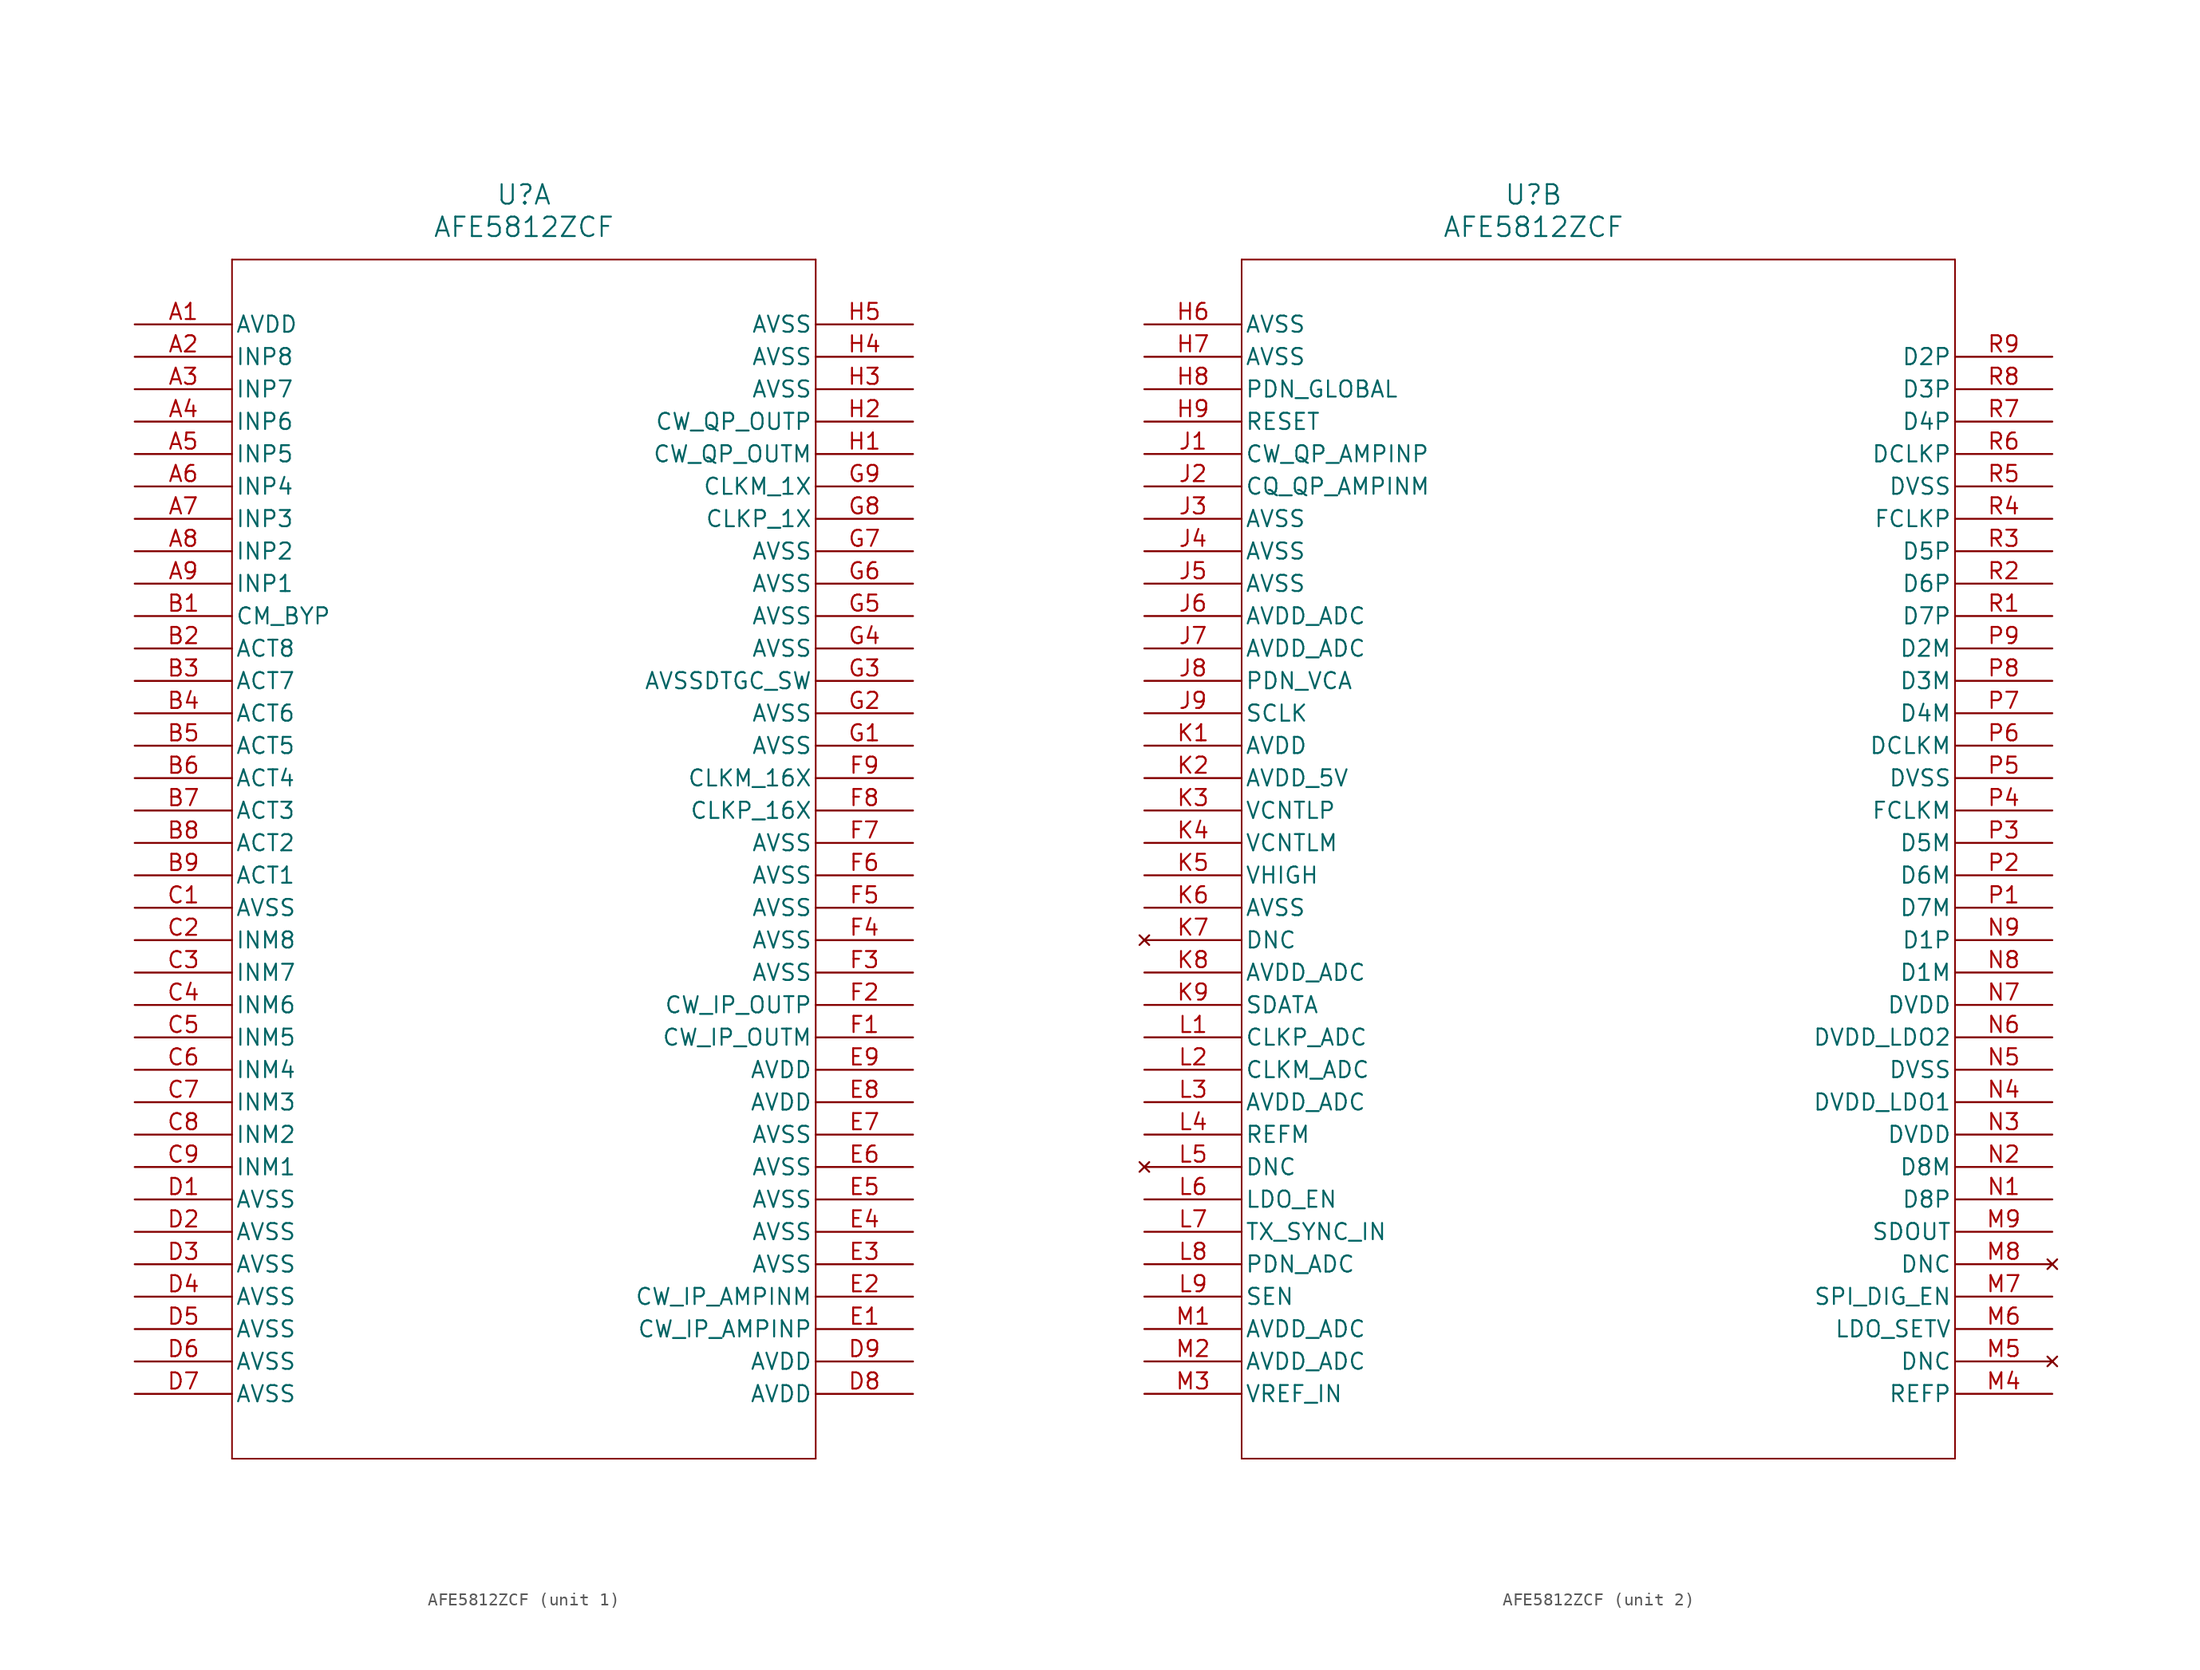
<source format=kicad_sym>
(kicad_symbol_lib
  (version 20211014)
  (generator kicad_symbol_editor)
  (symbol "AFE5812ZCF"
    (pin_names
      (offset 0.254))
    (property "Reference" "U"
      (at 30.48 10.16 0)
      (effects (font (size 1.524 1.524))))
    (property "Value" "AFE5812ZCF"
      (at 30.48 7.62 0)
      (effects (font (size 1.524 1.524))))
    (symbol "AFE5812ZCF_1_1"
      (polyline (pts (xy 7.62 5.08) (xy 7.62 -88.9)) (stroke (width 0.127) (type default) (color 0 0 0 0)) (fill (type none)))
      (polyline (pts (xy 7.62 -88.9) (xy 53.34 -88.9)) (stroke (width 0.127) (type default) (color 0 0 0 0)) (fill (type none)))
      (polyline (pts (xy 53.34 -88.9) (xy 53.34 5.08)) (stroke (width 0.127) (type default) (color 0 0 0 0)) (fill (type none)))
      (polyline (pts (xy 53.34 5.08) (xy 7.62 5.08)) (stroke (width 0.127) (type default) (color 0 0 0 0)) (fill (type none)))
      (pin power_in line (at 0 0 0) (length 7.62) (name "AVDD" (effects (font (size 1.27 1.27)))) (number "A1" (effects (font (size 1.27 1.27)))))
      (pin input line (at 0 -2.54 0) (length 7.62) (name "INP8" (effects (font (size 1.27 1.27)))) (number "A2" (effects (font (size 1.27 1.27)))))
      (pin input line (at 0 -5.08 0) (length 7.62) (name "INP7" (effects (font (size 1.27 1.27)))) (number "A3" (effects (font (size 1.27 1.27)))))
      (pin input line (at 0 -7.62 0) (length 7.62) (name "INP6" (effects (font (size 1.27 1.27)))) (number "A4" (effects (font (size 1.27 1.27)))))
      (pin input line (at 0 -10.16 0) (length 7.62) (name "INP5" (effects (font (size 1.27 1.27)))) (number "A5" (effects (font (size 1.27 1.27)))))
      (pin input line (at 0 -12.7 0) (length 7.62) (name "INP4" (effects (font (size 1.27 1.27)))) (number "A6" (effects (font (size 1.27 1.27)))))
      (pin input line (at 0 -15.24 0) (length 7.62) (name "INP3" (effects (font (size 1.27 1.27)))) (number "A7" (effects (font (size 1.27 1.27)))))
      (pin input line (at 0 -17.78 0) (length 7.62) (name "INP2" (effects (font (size 1.27 1.27)))) (number "A8" (effects (font (size 1.27 1.27)))))
      (pin input line (at 0 -20.32 0) (length 7.62) (name "INP1" (effects (font (size 1.27 1.27)))) (number "A9" (effects (font (size 1.27 1.27)))))
      (pin unspecified line (at 0 -22.86 0) (length 7.62) (name "CM_BYP" (effects (font (size 1.27 1.27)))) (number "B1" (effects (font (size 1.27 1.27)))))
      (pin input line (at 0 -25.4 0) (length 7.62) (name "ACT8" (effects (font (size 1.27 1.27)))) (number "B2" (effects (font (size 1.27 1.27)))))
      (pin input line (at 0 -27.94 0) (length 7.62) (name "ACT7" (effects (font (size 1.27 1.27)))) (number "B3" (effects (font (size 1.27 1.27)))))
      (pin input line (at 0 -30.48 0) (length 7.62) (name "ACT6" (effects (font (size 1.27 1.27)))) (number "B4" (effects (font (size 1.27 1.27)))))
      (pin input line (at 0 -33.02 0) (length 7.62) (name "ACT5" (effects (font (size 1.27 1.27)))) (number "B5" (effects (font (size 1.27 1.27)))))
      (pin input line (at 0 -35.56 0) (length 7.62) (name "ACT4" (effects (font (size 1.27 1.27)))) (number "B6" (effects (font (size 1.27 1.27)))))
      (pin input line (at 0 -38.1 0) (length 7.62) (name "ACT3" (effects (font (size 1.27 1.27)))) (number "B7" (effects (font (size 1.27 1.27)))))
      (pin input line (at 0 -40.64 0) (length 7.62) (name "ACT2" (effects (font (size 1.27 1.27)))) (number "B8" (effects (font (size 1.27 1.27)))))
      (pin input line (at 0 -43.18 0) (length 7.62) (name "ACT1" (effects (font (size 1.27 1.27)))) (number "B9" (effects (font (size 1.27 1.27)))))
      (pin power_in line (at 0 -45.72 0) (length 7.62) (name "AVSS" (effects (font (size 1.27 1.27)))) (number "C1" (effects (font (size 1.27 1.27)))))
      (pin input line (at 0 -48.26 0) (length 7.62) (name "INM8" (effects (font (size 1.27 1.27)))) (number "C2" (effects (font (size 1.27 1.27)))))
      (pin input line (at 0 -50.8 0) (length 7.62) (name "INM7" (effects (font (size 1.27 1.27)))) (number "C3" (effects (font (size 1.27 1.27)))))
      (pin input line (at 0 -53.34 0) (length 7.62) (name "INM6" (effects (font (size 1.27 1.27)))) (number "C4" (effects (font (size 1.27 1.27)))))
      (pin input line (at 0 -55.88 0) (length 7.62) (name "INM5" (effects (font (size 1.27 1.27)))) (number "C5" (effects (font (size 1.27 1.27)))))
      (pin input line (at 0 -58.42 0) (length 7.62) (name "INM4" (effects (font (size 1.27 1.27)))) (number "C6" (effects (font (size 1.27 1.27)))))
      (pin input line (at 0 -60.96 0) (length 7.62) (name "INM3" (effects (font (size 1.27 1.27)))) (number "C7" (effects (font (size 1.27 1.27)))))
      (pin input line (at 0 -63.5 0) (length 7.62) (name "INM2" (effects (font (size 1.27 1.27)))) (number "C8" (effects (font (size 1.27 1.27)))))
      (pin input line (at 0 -66.04 0) (length 7.62) (name "INM1" (effects (font (size 1.27 1.27)))) (number "C9" (effects (font (size 1.27 1.27)))))
      (pin power_in line (at 0 -68.58 0) (length 7.62) (name "AVSS" (effects (font (size 1.27 1.27)))) (number "D1" (effects (font (size 1.27 1.27)))))
      (pin power_in line (at 0 -71.12 0) (length 7.62) (name "AVSS" (effects (font (size 1.27 1.27)))) (number "D2" (effects (font (size 1.27 1.27)))))
      (pin power_in line (at 0 -73.66 0) (length 7.62) (name "AVSS" (effects (font (size 1.27 1.27)))) (number "D3" (effects (font (size 1.27 1.27)))))
      (pin power_in line (at 0 -76.2 0) (length 7.62) (name "AVSS" (effects (font (size 1.27 1.27)))) (number "D4" (effects (font (size 1.27 1.27)))))
      (pin power_in line (at 0 -78.74 0) (length 7.62) (name "AVSS" (effects (font (size 1.27 1.27)))) (number "D5" (effects (font (size 1.27 1.27)))))
      (pin power_in line (at 0 -81.28 0) (length 7.62) (name "AVSS" (effects (font (size 1.27 1.27)))) (number "D6" (effects (font (size 1.27 1.27)))))
      (pin power_in line (at 0 -83.82 0) (length 7.62) (name "AVSS" (effects (font (size 1.27 1.27)))) (number "D7" (effects (font (size 1.27 1.27)))))
      (pin power_in line (at 60.96 -83.82 180) (length 7.62) (name "AVDD" (effects (font (size 1.27 1.27)))) (number "D8" (effects (font (size 1.27 1.27)))))
      (pin power_in line (at 60.96 -81.28 180) (length 7.62) (name "AVDD" (effects (font (size 1.27 1.27)))) (number "D9" (effects (font (size 1.27 1.27)))))
      (pin input line (at 60.96 -78.74 180) (length 7.62) (name "CW_IP_AMPINP" (effects (font (size 1.27 1.27)))) (number "E1" (effects (font (size 1.27 1.27)))))
      (pin input line (at 60.96 -76.2 180) (length 7.62) (name "CW_IP_AMPINM" (effects (font (size 1.27 1.27)))) (number "E2" (effects (font (size 1.27 1.27)))))
      (pin power_in line (at 60.96 -73.66 180) (length 7.62) (name "AVSS" (effects (font (size 1.27 1.27)))) (number "E3" (effects (font (size 1.27 1.27)))))
      (pin power_in line (at 60.96 -71.12 180) (length 7.62) (name "AVSS" (effects (font (size 1.27 1.27)))) (number "E4" (effects (font (size 1.27 1.27)))))
      (pin power_in line (at 60.96 -68.58 180) (length 7.62) (name "AVSS" (effects (font (size 1.27 1.27)))) (number "E5" (effects (font (size 1.27 1.27)))))
      (pin power_in line (at 60.96 -66.04 180) (length 7.62) (name "AVSS" (effects (font (size 1.27 1.27)))) (number "E6" (effects (font (size 1.27 1.27)))))
      (pin power_in line (at 60.96 -63.5 180) (length 7.62) (name "AVSS" (effects (font (size 1.27 1.27)))) (number "E7" (effects (font (size 1.27 1.27)))))
      (pin power_in line (at 60.96 -60.96 180) (length 7.62) (name "AVDD" (effects (font (size 1.27 1.27)))) (number "E8" (effects (font (size 1.27 1.27)))))
      (pin power_in line (at 60.96 -58.42 180) (length 7.62) (name "AVDD" (effects (font (size 1.27 1.27)))) (number "E9" (effects (font (size 1.27 1.27)))))
      (pin output line (at 60.96 -55.88 180) (length 7.62) (name "CW_IP_OUTM" (effects (font (size 1.27 1.27)))) (number "F1" (effects (font (size 1.27 1.27)))))
      (pin output line (at 60.96 -53.34 180) (length 7.62) (name "CW_IP_OUTP" (effects (font (size 1.27 1.27)))) (number "F2" (effects (font (size 1.27 1.27)))))
      (pin power_in line (at 60.96 -50.8 180) (length 7.62) (name "AVSS" (effects (font (size 1.27 1.27)))) (number "F3" (effects (font (size 1.27 1.27)))))
      (pin power_in line (at 60.96 -48.26 180) (length 7.62) (name "AVSS" (effects (font (size 1.27 1.27)))) (number "F4" (effects (font (size 1.27 1.27)))))
      (pin power_in line (at 60.96 -45.72 180) (length 7.62) (name "AVSS" (effects (font (size 1.27 1.27)))) (number "F5" (effects (font (size 1.27 1.27)))))
      (pin power_in line (at 60.96 -43.18 180) (length 7.62) (name "AVSS" (effects (font (size 1.27 1.27)))) (number "F6" (effects (font (size 1.27 1.27)))))
      (pin power_in line (at 60.96 -40.64 180) (length 7.62) (name "AVSS" (effects (font (size 1.27 1.27)))) (number "F7" (effects (font (size 1.27 1.27)))))
      (pin input line (at 60.96 -38.1 180) (length 7.62) (name "CLKP_16X" (effects (font (size 1.27 1.27)))) (number "F8" (effects (font (size 1.27 1.27)))))
      (pin input line (at 60.96 -35.56 180) (length 7.62) (name "CLKM_16X" (effects (font (size 1.27 1.27)))) (number "F9" (effects (font (size 1.27 1.27)))))
      (pin power_in line (at 60.96 -33.02 180) (length 7.62) (name "AVSS" (effects (font (size 1.27 1.27)))) (number "G1" (effects (font (size 1.27 1.27)))))
      (pin power_in line (at 60.96 -30.48 180) (length 7.62) (name "AVSS" (effects (font (size 1.27 1.27)))) (number "G2" (effects (font (size 1.27 1.27)))))
      (pin bidirectional line (at 60.96 -27.94 180) (length 7.62) (name "AVSSDTGC_SW" (effects (font (size 1.27 1.27)))) (number "G3" (effects (font (size 1.27 1.27)))))
      (pin power_in line (at 60.96 -25.4 180) (length 7.62) (name "AVSS" (effects (font (size 1.27 1.27)))) (number "G4" (effects (font (size 1.27 1.27)))))
      (pin power_in line (at 60.96 -22.86 180) (length 7.62) (name "AVSS" (effects (font (size 1.27 1.27)))) (number "G5" (effects (font (size 1.27 1.27)))))
      (pin power_in line (at 60.96 -20.32 180) (length 7.62) (name "AVSS" (effects (font (size 1.27 1.27)))) (number "G6" (effects (font (size 1.27 1.27)))))
      (pin power_in line (at 60.96 -17.78 180) (length 7.62) (name "AVSS" (effects (font (size 1.27 1.27)))) (number "G7" (effects (font (size 1.27 1.27)))))
      (pin input line (at 60.96 -15.24 180) (length 7.62) (name "CLKP_1X" (effects (font (size 1.27 1.27)))) (number "G8" (effects (font (size 1.27 1.27)))))
      (pin input line (at 60.96 -12.7 180) (length 7.62) (name "CLKM_1X" (effects (font (size 1.27 1.27)))) (number "G9" (effects (font (size 1.27 1.27)))))
      (pin output line (at 60.96 -10.16 180) (length 7.62) (name "CW_QP_OUTM" (effects (font (size 1.27 1.27)))) (number "H1" (effects (font (size 1.27 1.27)))))
      (pin output line (at 60.96 -7.62 180) (length 7.62) (name "CW_QP_OUTP" (effects (font (size 1.27 1.27)))) (number "H2" (effects (font (size 1.27 1.27)))))
      (pin power_in line (at 60.96 -5.08 180) (length 7.62) (name "AVSS" (effects (font (size 1.27 1.27)))) (number "H3" (effects (font (size 1.27 1.27)))))
      (pin power_in line (at 60.96 -2.54 180) (length 7.62) (name "AVSS" (effects (font (size 1.27 1.27)))) (number "H4" (effects (font (size 1.27 1.27)))))
      (pin power_in line (at 60.96 0 180) (length 7.62) (name "AVSS" (effects (font (size 1.27 1.27)))) (number "H5" (effects (font (size 1.27 1.27))))))
    (symbol "AFE5812ZCF_2_1"
      (polyline (pts (xy 7.62 5.08) (xy 7.62 -88.9)) (stroke (width 0.127) (type default) (color 0 0 0 0)) (fill (type none)))
      (polyline (pts (xy 7.62 -88.9) (xy 63.5 -88.9)) (stroke (width 0.127) (type default) (color 0 0 0 0)) (fill (type none)))
      (polyline (pts (xy 63.5 -88.9) (xy 63.5 5.08)) (stroke (width 0.127) (type default) (color 0 0 0 0)) (fill (type none)))
      (polyline (pts (xy 63.5 5.08) (xy 7.62 5.08)) (stroke (width 0.127) (type default) (color 0 0 0 0)) (fill (type none)))
      (pin power_in line (at 0 0 0) (length 7.62) (name "AVSS" (effects (font (size 1.27 1.27)))) (number "H6" (effects (font (size 1.27 1.27)))))
      (pin power_in line (at 0 -2.54 0) (length 7.62) (name "AVSS" (effects (font (size 1.27 1.27)))) (number "H7" (effects (font (size 1.27 1.27)))))
      (pin unspecified line (at 0 -5.08 0) (length 7.62) (name "PDN_GLOBAL" (effects (font (size 1.27 1.27)))) (number "H8" (effects (font (size 1.27 1.27)))))
      (pin unspecified line (at 0 -7.62 0) (length 7.62) (name "RESET" (effects (font (size 1.27 1.27)))) (number "H9" (effects (font (size 1.27 1.27)))))
      (pin input line (at 0 -10.16 0) (length 7.62) (name "CW_QP_AMPINP" (effects (font (size 1.27 1.27)))) (number "J1" (effects (font (size 1.27 1.27)))))
      (pin input line (at 0 -12.7 0) (length 7.62) (name "CQ_QP_AMPINM" (effects (font (size 1.27 1.27)))) (number "J2" (effects (font (size 1.27 1.27)))))
      (pin power_in line (at 0 -15.24 0) (length 7.62) (name "AVSS" (effects (font (size 1.27 1.27)))) (number "J3" (effects (font (size 1.27 1.27)))))
      (pin power_in line (at 0 -17.78 0) (length 7.62) (name "AVSS" (effects (font (size 1.27 1.27)))) (number "J4" (effects (font (size 1.27 1.27)))))
      (pin power_in line (at 0 -20.32 0) (length 7.62) (name "AVSS" (effects (font (size 1.27 1.27)))) (number "J5" (effects (font (size 1.27 1.27)))))
      (pin power_in line (at 0 -22.86 0) (length 7.62) (name "AVDD_ADC" (effects (font (size 1.27 1.27)))) (number "J6" (effects (font (size 1.27 1.27)))))
      (pin power_in line (at 0 -25.4 0) (length 7.62) (name "AVDD_ADC" (effects (font (size 1.27 1.27)))) (number "J7" (effects (font (size 1.27 1.27)))))
      (pin unspecified line (at 0 -27.94 0) (length 7.62) (name "PDN_VCA" (effects (font (size 1.27 1.27)))) (number "J8" (effects (font (size 1.27 1.27)))))
      (pin input line (at 0 -30.48 0) (length 7.62) (name "SCLK" (effects (font (size 1.27 1.27)))) (number "J9" (effects (font (size 1.27 1.27)))))
      (pin power_in line (at 0 -33.02 0) (length 7.62) (name "AVDD" (effects (font (size 1.27 1.27)))) (number "K1" (effects (font (size 1.27 1.27)))))
      (pin power_in line (at 0 -35.56 0) (length 7.62) (name "AVDD_5V" (effects (font (size 1.27 1.27)))) (number "K2" (effects (font (size 1.27 1.27)))))
      (pin unspecified line (at 0 -38.1 0) (length 7.62) (name "VCNTLP" (effects (font (size 1.27 1.27)))) (number "K3" (effects (font (size 1.27 1.27)))))
      (pin unspecified line (at 0 -40.64 0) (length 7.62) (name "VCNTLM" (effects (font (size 1.27 1.27)))) (number "K4" (effects (font (size 1.27 1.27)))))
      (pin unspecified line (at 0 -43.18 0) (length 7.62) (name "VHIGH" (effects (font (size 1.27 1.27)))) (number "K5" (effects (font (size 1.27 1.27)))))
      (pin power_in line (at 0 -45.72 0) (length 7.62) (name "AVSS" (effects (font (size 1.27 1.27)))) (number "K6" (effects (font (size 1.27 1.27)))))
      (pin no_connect line (at 0 -48.26 0) (length 7.62) (name "DNC" (effects (font (size 1.27 1.27)))) (number "K7" (effects (font (size 1.27 1.27)))))
      (pin power_in line (at 0 -50.8 0) (length 7.62) (name "AVDD_ADC" (effects (font (size 1.27 1.27)))) (number "K8" (effects (font (size 1.27 1.27)))))
      (pin input line (at 0 -53.34 0) (length 7.62) (name "SDATA" (effects (font (size 1.27 1.27)))) (number "K9" (effects (font (size 1.27 1.27)))))
      (pin input line (at 0 -55.88 0) (length 7.62) (name "CLKP_ADC" (effects (font (size 1.27 1.27)))) (number "L1" (effects (font (size 1.27 1.27)))))
      (pin input line (at 0 -58.42 0) (length 7.62) (name "CLKM_ADC" (effects (font (size 1.27 1.27)))) (number "L2" (effects (font (size 1.27 1.27)))))
      (pin power_in line (at 0 -60.96 0) (length 7.62) (name "AVDD_ADC" (effects (font (size 1.27 1.27)))) (number "L3" (effects (font (size 1.27 1.27)))))
      (pin output line (at 0 -63.5 0) (length 7.62) (name "REFM" (effects (font (size 1.27 1.27)))) (number "L4" (effects (font (size 1.27 1.27)))))
      (pin no_connect line (at 0 -66.04 0) (length 7.62) (name "DNC" (effects (font (size 1.27 1.27)))) (number "L5" (effects (font (size 1.27 1.27)))))
      (pin unspecified line (at 0 -68.58 0) (length 7.62) (name "LDO_EN" (effects (font (size 1.27 1.27)))) (number "L6" (effects (font (size 1.27 1.27)))))
      (pin input line (at 0 -71.12 0) (length 7.62) (name "TX_SYNC_IN" (effects (font (size 1.27 1.27)))) (number "L7" (effects (font (size 1.27 1.27)))))
      (pin unspecified line (at 0 -73.66 0) (length 7.62) (name "PDN_ADC" (effects (font (size 1.27 1.27)))) (number "L8" (effects (font (size 1.27 1.27)))))
      (pin unspecified line (at 0 -76.2 0) (length 7.62) (name "SEN" (effects (font (size 1.27 1.27)))) (number "L9" (effects (font (size 1.27 1.27)))))
      (pin power_in line (at 0 -78.74 0) (length 7.62) (name "AVDD_ADC" (effects (font (size 1.27 1.27)))) (number "M1" (effects (font (size 1.27 1.27)))))
      (pin power_in line (at 0 -81.28 0) (length 7.62) (name "AVDD_ADC" (effects (font (size 1.27 1.27)))) (number "M2" (effects (font (size 1.27 1.27)))))
      (pin input line (at 0 -83.82 0) (length 7.62) (name "VREF_IN" (effects (font (size 1.27 1.27)))) (number "M3" (effects (font (size 1.27 1.27)))))
      (pin output line (at 71.12 -83.82 180) (length 7.62) (name "REFP" (effects (font (size 1.27 1.27)))) (number "M4" (effects (font (size 1.27 1.27)))))
      (pin no_connect line (at 71.12 -81.28 180) (length 7.62) (name "DNC" (effects (font (size 1.27 1.27)))) (number "M5" (effects (font (size 1.27 1.27)))))
      (pin unspecified line (at 71.12 -78.74 180) (length 7.62) (name "LDO_SETV" (effects (font (size 1.27 1.27)))) (number "M6" (effects (font (size 1.27 1.27)))))
      (pin unspecified line (at 71.12 -76.2 180) (length 7.62) (name "SPI_DIG_EN" (effects (font (size 1.27 1.27)))) (number "M7" (effects (font (size 1.27 1.27)))))
      (pin no_connect line (at 71.12 -73.66 180) (length 7.62) (name "DNC" (effects (font (size 1.27 1.27)))) (number "M8" (effects (font (size 1.27 1.27)))))
      (pin output line (at 71.12 -71.12 180) (length 7.62) (name "SDOUT" (effects (font (size 1.27 1.27)))) (number "M9" (effects (font (size 1.27 1.27)))))
      (pin output line (at 71.12 -68.58 180) (length 7.62) (name "D8P" (effects (font (size 1.27 1.27)))) (number "N1" (effects (font (size 1.27 1.27)))))
      (pin output line (at 71.12 -66.04 180) (length 7.62) (name "D8M" (effects (font (size 1.27 1.27)))) (number "N2" (effects (font (size 1.27 1.27)))))
      (pin power_in line (at 71.12 -63.5 180) (length 7.62) (name "DVDD" (effects (font (size 1.27 1.27)))) (number "N3" (effects (font (size 1.27 1.27)))))
      (pin power_in line (at 71.12 -60.96 180) (length 7.62) (name "DVDD_LDO1" (effects (font (size 1.27 1.27)))) (number "N4" (effects (font (size 1.27 1.27)))))
      (pin power_in line (at 71.12 -58.42 180) (length 7.62) (name "DVSS" (effects (font (size 1.27 1.27)))) (number "N5" (effects (font (size 1.27 1.27)))))
      (pin power_in line (at 71.12 -55.88 180) (length 7.62) (name "DVDD_LDO2" (effects (font (size 1.27 1.27)))) (number "N6" (effects (font (size 1.27 1.27)))))
      (pin power_in line (at 71.12 -53.34 180) (length 7.62) (name "DVDD" (effects (font (size 1.27 1.27)))) (number "N7" (effects (font (size 1.27 1.27)))))
      (pin output line (at 71.12 -50.8 180) (length 7.62) (name "D1M" (effects (font (size 1.27 1.27)))) (number "N8" (effects (font (size 1.27 1.27)))))
      (pin output line (at 71.12 -48.26 180) (length 7.62) (name "D1P" (effects (font (size 1.27 1.27)))) (number "N9" (effects (font (size 1.27 1.27)))))
      (pin output line (at 71.12 -45.72 180) (length 7.62) (name "D7M" (effects (font (size 1.27 1.27)))) (number "P1" (effects (font (size 1.27 1.27)))))
      (pin output line (at 71.12 -43.18 180) (length 7.62) (name "D6M" (effects (font (size 1.27 1.27)))) (number "P2" (effects (font (size 1.27 1.27)))))
      (pin output line (at 71.12 -40.64 180) (length 7.62) (name "D5M" (effects (font (size 1.27 1.27)))) (number "P3" (effects (font (size 1.27 1.27)))))
      (pin output line (at 71.12 -38.1 180) (length 7.62) (name "FCLKM" (effects (font (size 1.27 1.27)))) (number "P4" (effects (font (size 1.27 1.27)))))
      (pin power_in line (at 71.12 -35.56 180) (length 7.62) (name "DVSS" (effects (font (size 1.27 1.27)))) (number "P5" (effects (font (size 1.27 1.27)))))
      (pin output line (at 71.12 -33.02 180) (length 7.62) (name "DCLKM" (effects (font (size 1.27 1.27)))) (number "P6" (effects (font (size 1.27 1.27)))))
      (pin output line (at 71.12 -30.48 180) (length 7.62) (name "D4M" (effects (font (size 1.27 1.27)))) (number "P7" (effects (font (size 1.27 1.27)))))
      (pin output line (at 71.12 -27.94 180) (length 7.62) (name "D3M" (effects (font (size 1.27 1.27)))) (number "P8" (effects (font (size 1.27 1.27)))))
      (pin output line (at 71.12 -25.4 180) (length 7.62) (name "D2M" (effects (font (size 1.27 1.27)))) (number "P9" (effects (font (size 1.27 1.27)))))
      (pin output line (at 71.12 -22.86 180) (length 7.62) (name "D7P" (effects (font (size 1.27 1.27)))) (number "R1" (effects (font (size 1.27 1.27)))))
      (pin output line (at 71.12 -20.32 180) (length 7.62) (name "D6P" (effects (font (size 1.27 1.27)))) (number "R2" (effects (font (size 1.27 1.27)))))
      (pin output line (at 71.12 -17.78 180) (length 7.62) (name "D5P" (effects (font (size 1.27 1.27)))) (number "R3" (effects (font (size 1.27 1.27)))))
      (pin output line (at 71.12 -15.24 180) (length 7.62) (name "FCLKP" (effects (font (size 1.27 1.27)))) (number "R4" (effects (font (size 1.27 1.27)))))
      (pin power_in line (at 71.12 -12.7 180) (length 7.62) (name "DVSS" (effects (font (size 1.27 1.27)))) (number "R5" (effects (font (size 1.27 1.27)))))
      (pin output line (at 71.12 -10.16 180) (length 7.62) (name "DCLKP" (effects (font (size 1.27 1.27)))) (number "R6" (effects (font (size 1.27 1.27)))))
      (pin output line (at 71.12 -7.62 180) (length 7.62) (name "D4P" (effects (font (size 1.27 1.27)))) (number "R7" (effects (font (size 1.27 1.27)))))
      (pin output line (at 71.12 -5.08 180) (length 7.62) (name "D3P" (effects (font (size 1.27 1.27)))) (number "R8" (effects (font (size 1.27 1.27)))))
      (pin output line (at 71.12 -2.54 180) (length 7.62) (name "D2P" (effects (font (size 1.27 1.27)))) (number "R9" (effects (font (size 1.27 1.27))))))))
</source>
